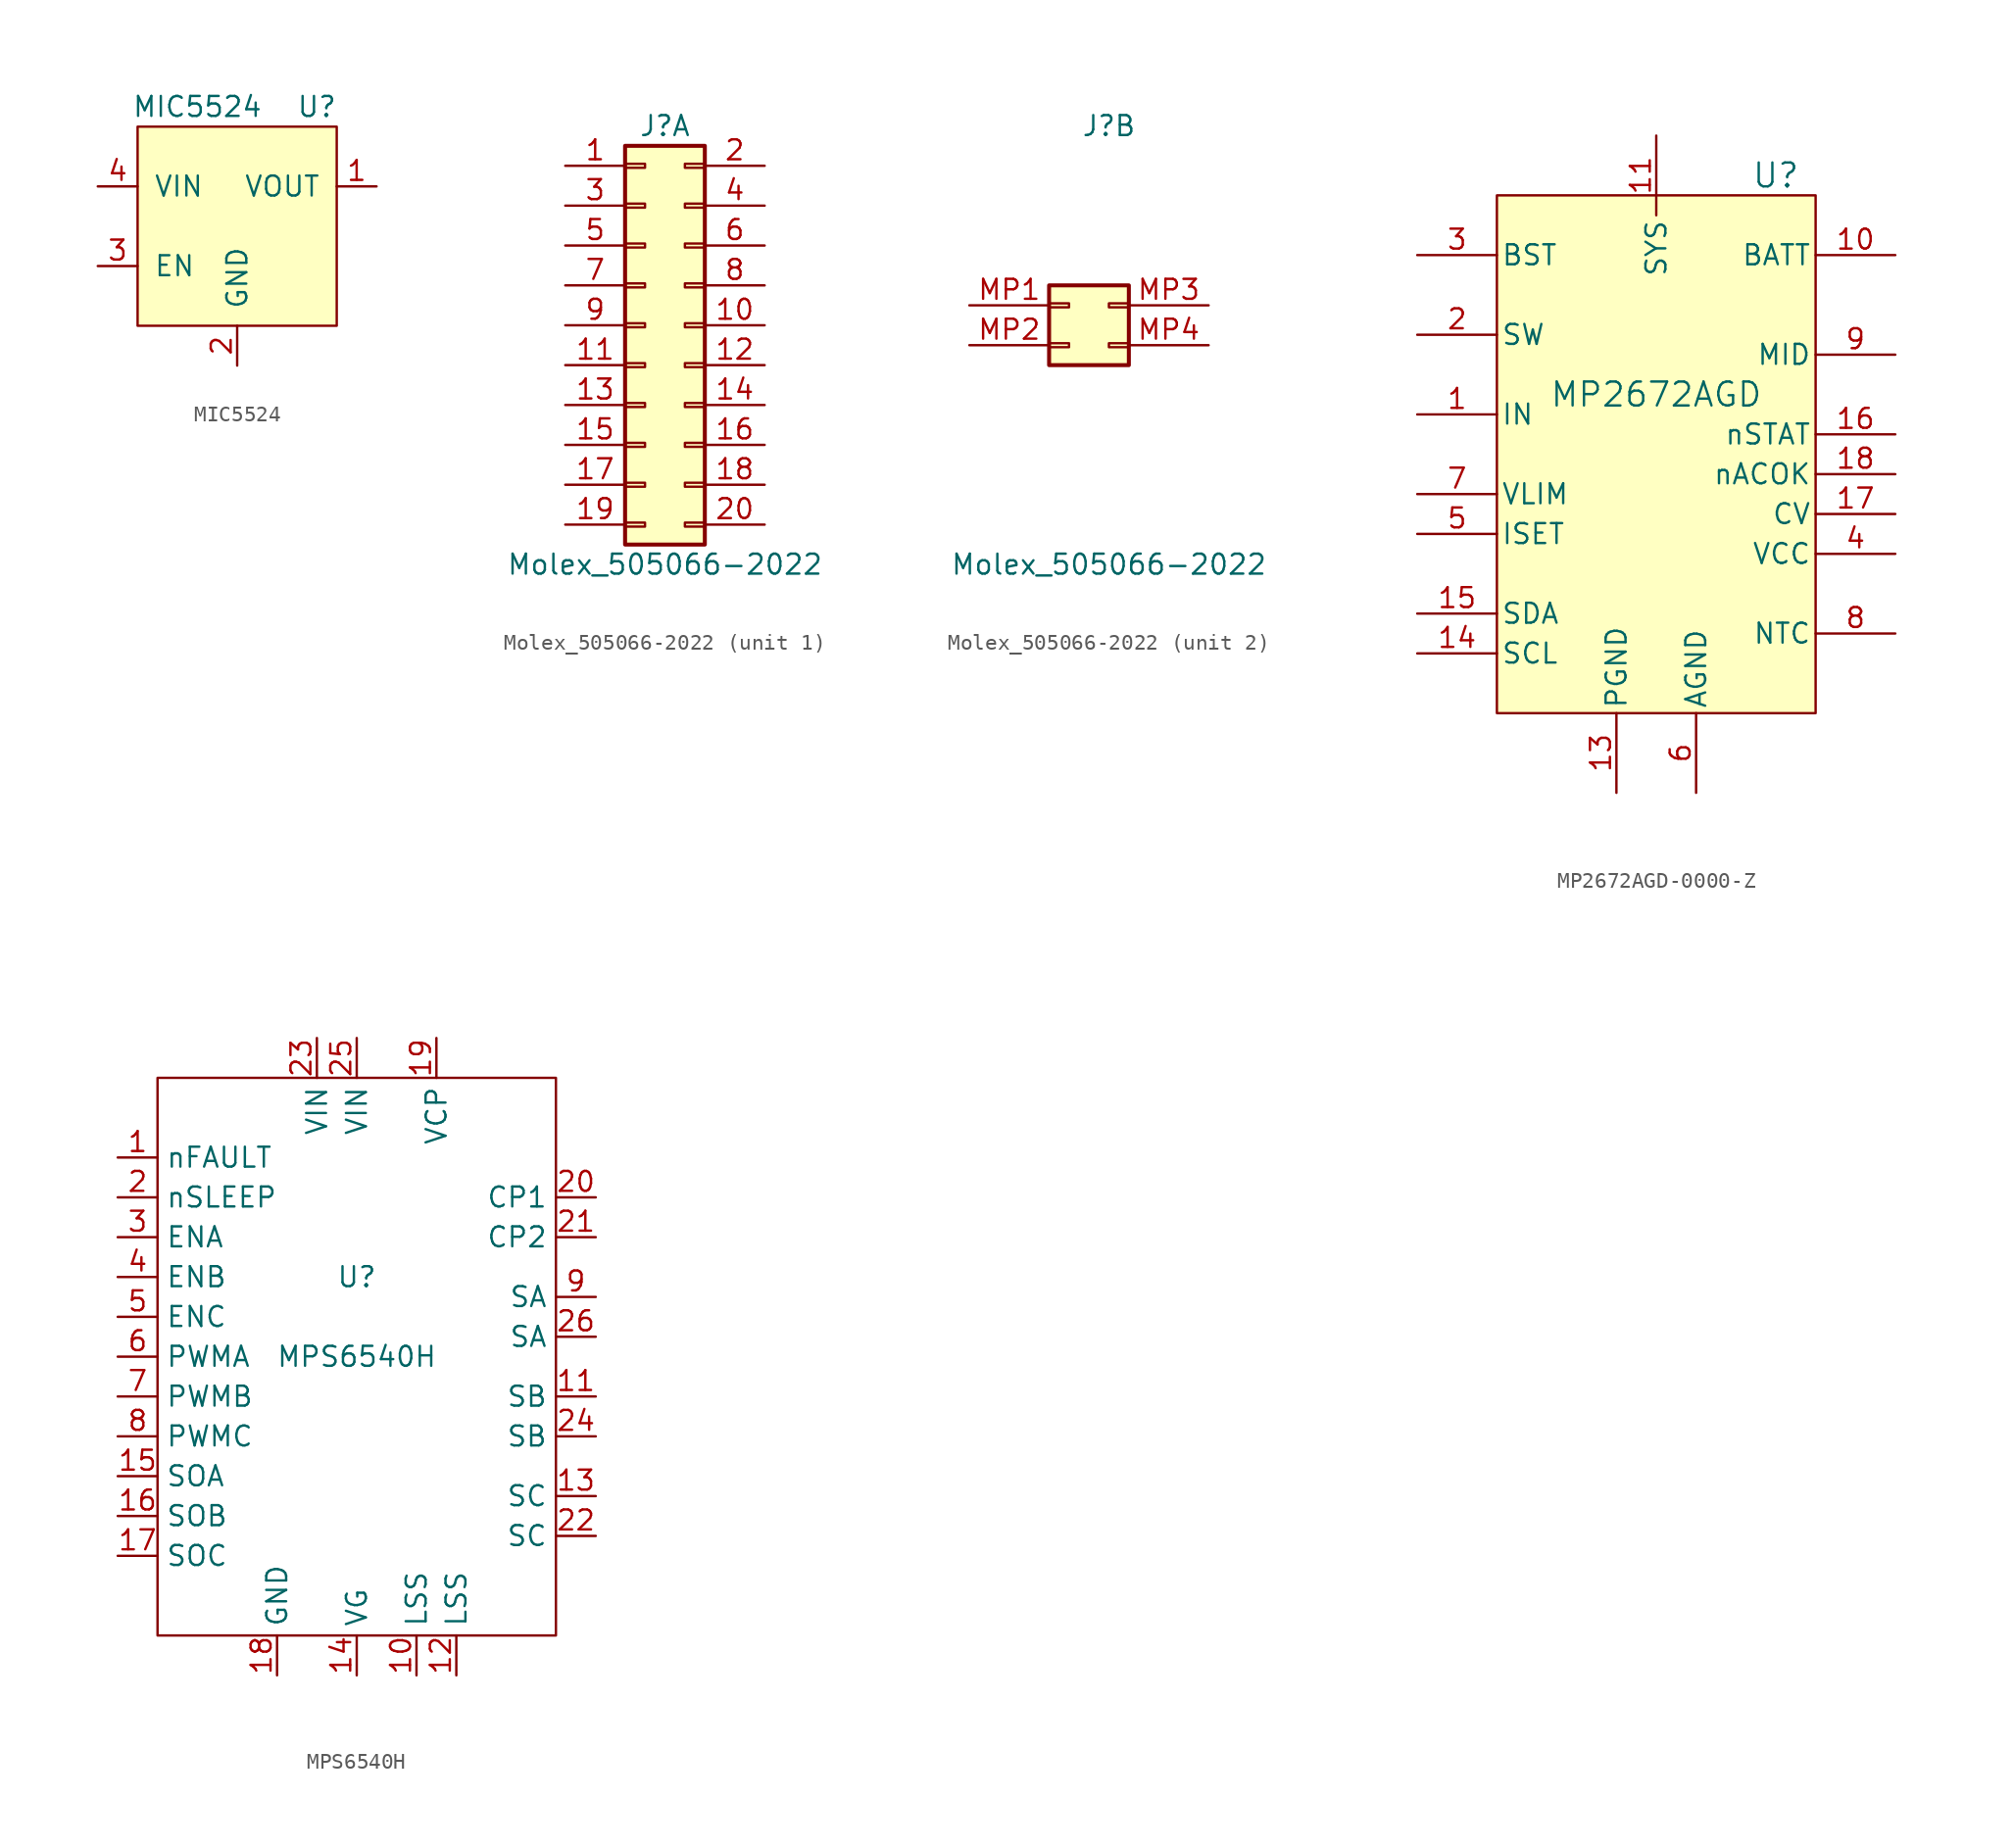
<source format=kicad_sym>
(kicad_symbol_lib
  (version 20231120)
  (generator "kicad_symbol_editor")
  (generator_version "8.0")
  (symbol "MIC5524"
    (pin_names
      (offset 1.016))
    (property "Reference" "U"
      (at 5.08 7.62 0)
      (effects (font (size 1.27 1.27))))
    (property "Value" "MIC5524"
      (at -2.54 7.62 0)
      (effects (font (size 1.27 1.27))))
    (symbol "MIC5524_0_0"
      (pin power_out line (at 8.89 2.54 180) (length 2.54) (name "VOUT" (effects (font (size 1.27 1.27)))) (number "1" (effects (font (size 1.27 1.27)))))
      (pin power_in line (at 0 -8.89 90) (length 2.54) (name "GND" (effects (font (size 1.27 1.27)))) (number "2" (effects (font (size 1.27 1.27)))))
      (pin input line (at -8.89 -2.54 0) (length 2.54) (name "EN" (effects (font (size 1.27 1.27)))) (number "3" (effects (font (size 1.27 1.27)))))
      (pin power_in line (at -8.89 2.54 0) (length 2.54) (name "VIN" (effects (font (size 1.27 1.27)))) (number "4" (effects (font (size 1.27 1.27)))))
      (pin passive line (at 0 -8.89 90) (length 2.54) hide (name "GND" (effects (font (size 1.27 1.27)))) (number "5" (effects (font (size 1.27 1.27))))))
    (symbol "MIC5524_0_1"
      (rectangle (start -6.35 6.35) (end 6.35 -6.35) (stroke (width 0) (type default)) (fill (type background)))))
  (symbol "Molex_505066-2022"
    (pin_names
      (offset 1.016) hide)
    (property "Reference" "J"
      (at 1.27 12.7 0)
      (effects (font (size 1.27 1.27))))
    (property "Value" "Molex_505066-2022"
      (at 1.27 -15.24 0)
      (effects (font (size 1.27 1.27))))
    (property "ki_locked" ""
      (at 0 0 0)
      (effects (font (size 1.27 1.27))))
    (symbol "Molex_505066-2022_1_1"
      (rectangle (start -1.27 -12.573) (end 0 -12.827) (stroke (width 0.152) (type default)) (fill (type none)))
      (rectangle (start -1.27 -10.033) (end 0 -10.287) (stroke (width 0.152) (type default)) (fill (type none)))
      (rectangle (start -1.27 -7.493) (end 0 -7.747) (stroke (width 0.152) (type default)) (fill (type none)))
      (rectangle (start -1.27 -4.953) (end 0 -5.207) (stroke (width 0.152) (type default)) (fill (type none)))
      (rectangle (start -1.27 -2.413) (end 0 -2.667) (stroke (width 0.152) (type default)) (fill (type none)))
      (rectangle (start -1.27 0.127) (end 0 -0.127) (stroke (width 0.152) (type default)) (fill (type none)))
      (rectangle (start -1.27 2.667) (end 0 2.413) (stroke (width 0.152) (type default)) (fill (type none)))
      (rectangle (start -1.27 5.207) (end 0 4.953) (stroke (width 0.152) (type default)) (fill (type none)))
      (rectangle (start -1.27 7.747) (end 0 7.493) (stroke (width 0.152) (type default)) (fill (type none)))
      (rectangle (start -1.27 10.287) (end 0 10.033) (stroke (width 0.152) (type default)) (fill (type none)))
      (rectangle (start -1.27 11.43) (end 3.81 -13.97) (stroke (width 0.254) (type default)) (fill (type background)))
      (rectangle (start 3.81 -12.573) (end 2.54 -12.827) (stroke (width 0.152) (type default)) (fill (type none)))
      (rectangle (start 3.81 -10.033) (end 2.54 -10.287) (stroke (width 0.152) (type default)) (fill (type none)))
      (rectangle (start 3.81 -7.493) (end 2.54 -7.747) (stroke (width 0.152) (type default)) (fill (type none)))
      (rectangle (start 3.81 -4.953) (end 2.54 -5.207) (stroke (width 0.152) (type default)) (fill (type none)))
      (rectangle (start 3.81 -2.413) (end 2.54 -2.667) (stroke (width 0.152) (type default)) (fill (type none)))
      (rectangle (start 3.81 0.127) (end 2.54 -0.127) (stroke (width 0.152) (type default)) (fill (type none)))
      (rectangle (start 3.81 2.667) (end 2.54 2.413) (stroke (width 0.152) (type default)) (fill (type none)))
      (rectangle (start 3.81 5.207) (end 2.54 4.953) (stroke (width 0.152) (type default)) (fill (type none)))
      (rectangle (start 3.81 7.747) (end 2.54 7.493) (stroke (width 0.152) (type default)) (fill (type none)))
      (rectangle (start 3.81 10.287) (end 2.54 10.033) (stroke (width 0.152) (type default)) (fill (type none)))
      (pin passive line (at -5.08 10.16 0) (length 3.81) (name "Pin_1" (effects (font (size 1.27 1.27)))) (number "1" (effects (font (size 1.27 1.27)))))
      (pin passive line (at 7.62 0 180) (length 3.81) (name "Pin_10" (effects (font (size 1.27 1.27)))) (number "10" (effects (font (size 1.27 1.27)))))
      (pin passive line (at -5.08 -2.54 0) (length 3.81) (name "Pin_11" (effects (font (size 1.27 1.27)))) (number "11" (effects (font (size 1.27 1.27)))))
      (pin passive line (at 7.62 -2.54 180) (length 3.81) (name "Pin_12" (effects (font (size 1.27 1.27)))) (number "12" (effects (font (size 1.27 1.27)))))
      (pin passive line (at -5.08 -5.08 0) (length 3.81) (name "Pin_13" (effects (font (size 1.27 1.27)))) (number "13" (effects (font (size 1.27 1.27)))))
      (pin passive line (at 7.62 -5.08 180) (length 3.81) (name "Pin_14" (effects (font (size 1.27 1.27)))) (number "14" (effects (font (size 1.27 1.27)))))
      (pin passive line (at -5.08 -7.62 0) (length 3.81) (name "Pin_15" (effects (font (size 1.27 1.27)))) (number "15" (effects (font (size 1.27 1.27)))))
      (pin passive line (at 7.62 -7.62 180) (length 3.81) (name "Pin_16" (effects (font (size 1.27 1.27)))) (number "16" (effects (font (size 1.27 1.27)))))
      (pin passive line (at -5.08 -10.16 0) (length 3.81) (name "Pin_17" (effects (font (size 1.27 1.27)))) (number "17" (effects (font (size 1.27 1.27)))))
      (pin passive line (at 7.62 -10.16 180) (length 3.81) (name "Pin_18" (effects (font (size 1.27 1.27)))) (number "18" (effects (font (size 1.27 1.27)))))
      (pin passive line (at -5.08 -12.7 0) (length 3.81) (name "Pin_19" (effects (font (size 1.27 1.27)))) (number "19" (effects (font (size 1.27 1.27)))))
      (pin passive line (at 7.62 10.16 180) (length 3.81) (name "Pin_2" (effects (font (size 1.27 1.27)))) (number "2" (effects (font (size 1.27 1.27)))))
      (pin passive line (at 7.62 -12.7 180) (length 3.81) (name "Pin_20" (effects (font (size 1.27 1.27)))) (number "20" (effects (font (size 1.27 1.27)))))
      (pin passive line (at -5.08 7.62 0) (length 3.81) (name "Pin_3" (effects (font (size 1.27 1.27)))) (number "3" (effects (font (size 1.27 1.27)))))
      (pin passive line (at 7.62 7.62 180) (length 3.81) (name "Pin_4" (effects (font (size 1.27 1.27)))) (number "4" (effects (font (size 1.27 1.27)))))
      (pin passive line (at -5.08 5.08 0) (length 3.81) (name "Pin_5" (effects (font (size 1.27 1.27)))) (number "5" (effects (font (size 1.27 1.27)))))
      (pin passive line (at 7.62 5.08 180) (length 3.81) (name "Pin_6" (effects (font (size 1.27 1.27)))) (number "6" (effects (font (size 1.27 1.27)))))
      (pin passive line (at -5.08 2.54 0) (length 3.81) (name "Pin_7" (effects (font (size 1.27 1.27)))) (number "7" (effects (font (size 1.27 1.27)))))
      (pin passive line (at 7.62 2.54 180) (length 3.81) (name "Pin_8" (effects (font (size 1.27 1.27)))) (number "8" (effects (font (size 1.27 1.27)))))
      (pin passive line (at -5.08 0 0) (length 3.81) (name "Pin_9" (effects (font (size 1.27 1.27)))) (number "9" (effects (font (size 1.27 1.27))))))
    (symbol "Molex_505066-2022_2_1"
      (rectangle (start -2.54 -1.143) (end -1.27 -1.397) (stroke (width 0.152) (type default)) (fill (type none)))
      (rectangle (start -2.54 1.397) (end -1.27 1.143) (stroke (width 0.152) (type default)) (fill (type none)))
      (rectangle (start -2.54 2.54) (end 2.54 -2.54) (stroke (width 0.254) (type default)) (fill (type background)))
      (rectangle (start 2.54 -1.143) (end 1.27 -1.397) (stroke (width 0.152) (type default)) (fill (type none)))
      (rectangle (start 2.54 1.397) (end 1.27 1.143) (stroke (width 0.152) (type default)) (fill (type none)))
      (pin passive line (at -7.62 1.27 0) (length 5.08) (name "MP1" (effects (font (size 1.27 1.27)))) (number "MP1" (effects (font (size 1.27 1.27)))))
      (pin passive line (at -7.62 -1.27 0) (length 5.08) (name "MP2" (effects (font (size 1.27 1.27)))) (number "MP2" (effects (font (size 1.27 1.27)))))
      (pin passive line (at 7.62 1.27 180) (length 5.08) (name "MP3" (effects (font (size 1.27 1.27)))) (number "MP3" (effects (font (size 1.27 1.27)))))
      (pin passive line (at 7.62 -1.27 180) (length 5.08) (name "MP4" (effects (font (size 1.27 1.27)))) (number "MP4" (effects (font (size 1.27 1.27)))))))
  (symbol "MP2672AGD-0000-Z"
    (pin_names
      (offset 0.254))
    (property "Reference" "U"
      (at 7.62 17.78 0)
      (effects (font (size 1.524 1.524))))
    (property "Value" "MP2672AGD"
      (at 0 3.81 0)
      (effects (font (size 1.524 1.524))))
    (symbol "MP2672AGD-0000-Z_1_1"
      (rectangle (start -10.16 16.51) (end 10.16 -16.51) (stroke (width 0) (type default)) (fill (type background)))
      (pin power_in line (at -15.24 2.54 0) (length 5.08) (name "IN" (effects (font (size 1.27 1.27)))) (number "1" (effects (font (size 1.27 1.27)))))
      (pin power_in line (at 15.24 12.7 180) (length 5.08) (name "BATT" (effects (font (size 1.27 1.27)))) (number "10" (effects (font (size 1.27 1.27)))))
      (pin power_in line (at 0 20.32 270) (length 5.08) (name "SYS" (effects (font (size 1.27 1.27)))) (number "11" (effects (font (size 1.27 1.27)))))
      (pin power_in line (at -15.24 7.62 0) (length 5.08) hide (name "SW" (effects (font (size 1.27 1.27)))) (number "12" (effects (font (size 1.27 1.27)))))
      (pin power_in line (at -2.54 -21.59 90) (length 5.08) (name "PGND" (effects (font (size 1.27 1.27)))) (number "13" (effects (font (size 1.27 1.27)))))
      (pin input line (at -15.24 -12.7 0) (length 5.08) (name "SCL" (effects (font (size 1.27 1.27)))) (number "14" (effects (font (size 1.27 1.27)))))
      (pin bidirectional line (at -15.24 -10.16 0) (length 5.08) (name "SDA" (effects (font (size 1.27 1.27)))) (number "15" (effects (font (size 1.27 1.27)))))
      (pin output line (at 15.24 1.27 180) (length 5.08) (name "nSTAT" (effects (font (size 1.27 1.27)))) (number "16" (effects (font (size 1.27 1.27)))))
      (pin input line (at 15.24 -3.81 180) (length 5.08) (name "CV" (effects (font (size 1.27 1.27)))) (number "17" (effects (font (size 1.27 1.27)))))
      (pin output line (at 15.24 -1.27 180) (length 5.08) (name "nACOK" (effects (font (size 1.27 1.27)))) (number "18" (effects (font (size 1.27 1.27)))))
      (pin power_in line (at -15.24 7.62 0) (length 5.08) (name "SW" (effects (font (size 1.27 1.27)))) (number "2" (effects (font (size 1.27 1.27)))))
      (pin power_in line (at -15.24 12.7 0) (length 5.08) (name "BST" (effects (font (size 1.27 1.27)))) (number "3" (effects (font (size 1.27 1.27)))))
      (pin power_in line (at 15.24 -6.35 180) (length 5.08) (name "VCC" (effects (font (size 1.27 1.27)))) (number "4" (effects (font (size 1.27 1.27)))))
      (pin input line (at -15.24 -5.08 0) (length 5.08) (name "ISET" (effects (font (size 1.27 1.27)))) (number "5" (effects (font (size 1.27 1.27)))))
      (pin power_in line (at 2.54 -21.59 90) (length 5.08) (name "AGND" (effects (font (size 1.27 1.27)))) (number "6" (effects (font (size 1.27 1.27)))))
      (pin input line (at -15.24 -2.54 0) (length 5.08) (name "VLIM" (effects (font (size 1.27 1.27)))) (number "7" (effects (font (size 1.27 1.27)))))
      (pin input line (at 15.24 -11.43 180) (length 5.08) (name "NTC" (effects (font (size 1.27 1.27)))) (number "8" (effects (font (size 1.27 1.27)))))
      (pin power_in line (at 15.24 6.35 180) (length 5.08) (name "MID" (effects (font (size 1.27 1.27)))) (number "9" (effects (font (size 1.27 1.27)))))))
  (symbol "MPS6540H"
    (property "Reference" "U"
      (at 0 5.08 0)
      (effects (font (size 1.27 1.27))))
    (property "Value" "MPS6540H"
      (at 0 0 0)
      (effects (font (size 1.27 1.27))))
    (symbol "MPS6540H_0_0"
      (pin open_emitter line (at -15.24 12.7 0) (length 2.54) (name "nFAULT" (effects (font (size 1.27 1.27)))) (number "1" (effects (font (size 1.27 1.27)))))
      (pin unspecified line (at 3.81 -20.32 90) (length 2.54) (name "LSS" (effects (font (size 1.27 1.27)))) (number "10" (effects (font (size 1.27 1.27)))))
      (pin unspecified line (at 15.24 -2.54 180) (length 2.54) (name "SB" (effects (font (size 1.27 1.27)))) (number "11" (effects (font (size 1.27 1.27)))))
      (pin unspecified line (at 6.35 -20.32 90) (length 2.54) (name "LSS" (effects (font (size 1.27 1.27)))) (number "12" (effects (font (size 1.27 1.27)))))
      (pin unspecified line (at 15.24 -8.89 180) (length 2.54) (name "SC" (effects (font (size 1.27 1.27)))) (number "13" (effects (font (size 1.27 1.27)))))
      (pin unspecified line (at 0 -20.32 90) (length 2.54) (name "VG" (effects (font (size 1.27 1.27)))) (number "14" (effects (font (size 1.27 1.27)))))
      (pin output line (at -15.24 -7.62 0) (length 2.54) (name "SOA" (effects (font (size 1.27 1.27)))) (number "15" (effects (font (size 1.27 1.27)))))
      (pin output line (at -15.24 -10.16 0) (length 2.54) (name "SOB" (effects (font (size 1.27 1.27)))) (number "16" (effects (font (size 1.27 1.27)))))
      (pin output line (at -15.24 -12.7 0) (length 2.54) (name "SOC" (effects (font (size 1.27 1.27)))) (number "17" (effects (font (size 1.27 1.27)))))
      (pin power_out line (at -5.08 -20.32 90) (length 2.54) (name "GND" (effects (font (size 1.27 1.27)))) (number "18" (effects (font (size 1.27 1.27)))))
      (pin unspecified line (at 5.08 20.32 270) (length 2.54) (name "VCP" (effects (font (size 1.27 1.27)))) (number "19" (effects (font (size 1.27 1.27)))))
      (pin input line (at -15.24 10.16 0) (length 2.54) (name "nSLEEP" (effects (font (size 1.27 1.27)))) (number "2" (effects (font (size 1.27 1.27)))))
      (pin output line (at 15.24 10.16 180) (length 2.54) (name "CP1" (effects (font (size 1.27 1.27)))) (number "20" (effects (font (size 1.27 1.27)))))
      (pin output line (at 15.24 7.62 180) (length 2.54) (name "CP2" (effects (font (size 1.27 1.27)))) (number "21" (effects (font (size 1.27 1.27)))))
      (pin unspecified line (at 15.24 -11.43 180) (length 2.54) (name "SC" (effects (font (size 1.27 1.27)))) (number "22" (effects (font (size 1.27 1.27)))))
      (pin power_in line (at -2.54 20.32 270) (length 2.54) (name "VIN" (effects (font (size 1.27 1.27)))) (number "23" (effects (font (size 1.27 1.27)))))
      (pin unspecified line (at 15.24 -5.08 180) (length 2.54) (name "SB" (effects (font (size 1.27 1.27)))) (number "24" (effects (font (size 1.27 1.27)))))
      (pin power_in line (at 0 20.32 270) (length 2.54) (name "VIN" (effects (font (size 1.27 1.27)))) (number "25" (effects (font (size 1.27 1.27)))))
      (pin unspecified line (at 15.24 1.27 180) (length 2.54) (name "SA" (effects (font (size 1.27 1.27)))) (number "26" (effects (font (size 1.27 1.27)))))
      (pin input line (at -15.24 7.62 0) (length 2.54) (name "ENA" (effects (font (size 1.27 1.27)))) (number "3" (effects (font (size 1.27 1.27)))))
      (pin input line (at -15.24 5.08 0) (length 2.54) (name "ENB" (effects (font (size 1.27 1.27)))) (number "4" (effects (font (size 1.27 1.27)))))
      (pin input line (at -15.24 2.54 0) (length 2.54) (name "ENC" (effects (font (size 1.27 1.27)))) (number "5" (effects (font (size 1.27 1.27)))))
      (pin input line (at -15.24 0 0) (length 2.54) (name "PWMA" (effects (font (size 1.27 1.27)))) (number "6" (effects (font (size 1.27 1.27)))))
      (pin input line (at -15.24 -2.54 0) (length 2.54) (name "PWMB" (effects (font (size 1.27 1.27)))) (number "7" (effects (font (size 1.27 1.27)))))
      (pin input line (at -15.24 -5.08 0) (length 2.54) (name "PWMC" (effects (font (size 1.27 1.27)))) (number "8" (effects (font (size 1.27 1.27)))))
      (pin unspecified line (at 15.24 3.81 180) (length 2.54) (name "SA" (effects (font (size 1.27 1.27)))) (number "9" (effects (font (size 1.27 1.27))))))
    (symbol "MPS6540H_0_1"
      (rectangle (start -12.7 17.78) (end 12.7 -17.78) (stroke (width 0.152) (type default)) (fill (type none))))))
</source>
